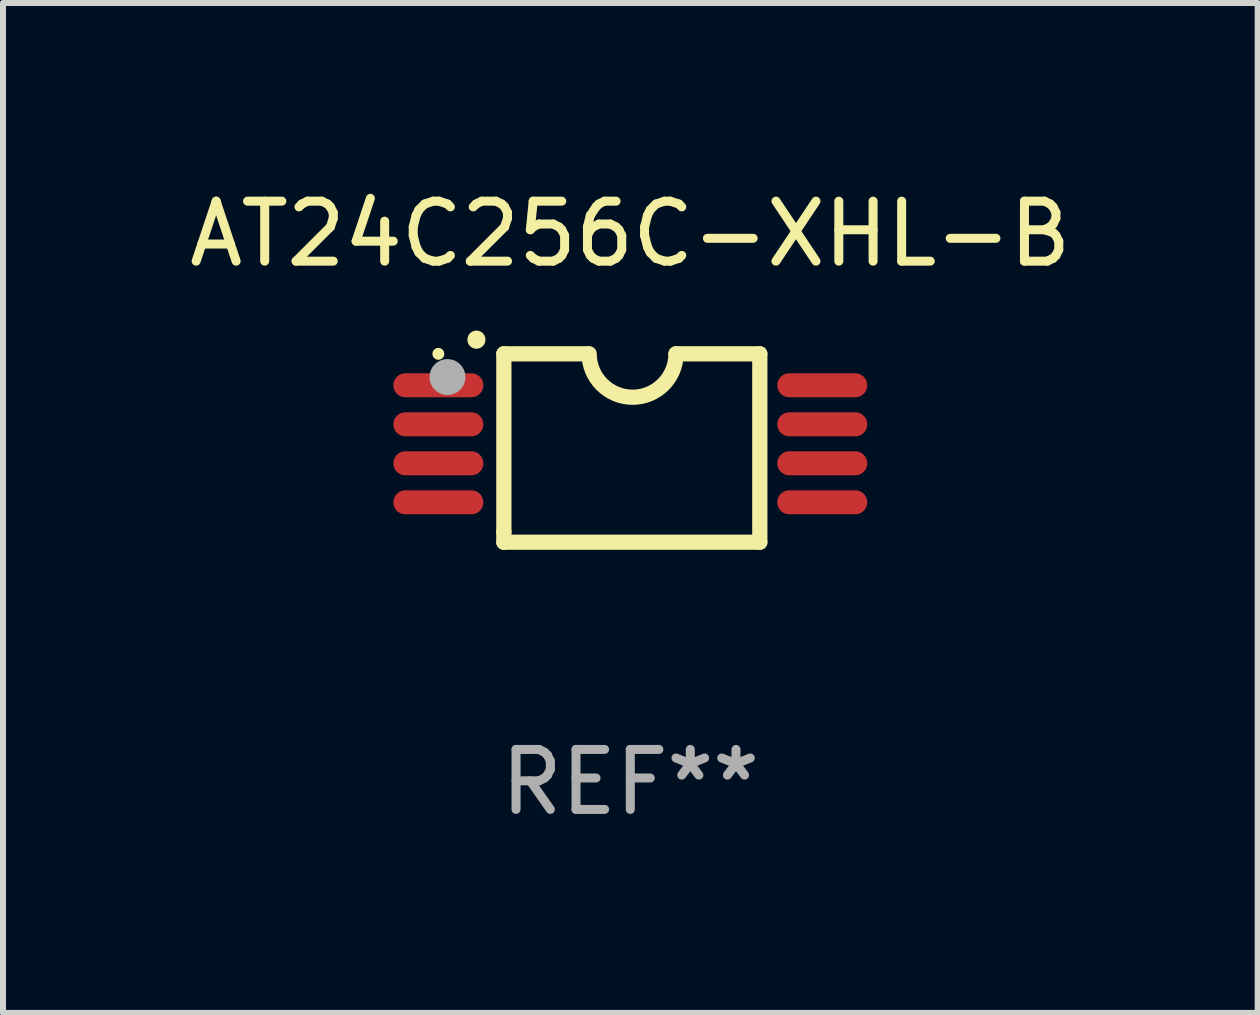
<source format=kicad_pcb>
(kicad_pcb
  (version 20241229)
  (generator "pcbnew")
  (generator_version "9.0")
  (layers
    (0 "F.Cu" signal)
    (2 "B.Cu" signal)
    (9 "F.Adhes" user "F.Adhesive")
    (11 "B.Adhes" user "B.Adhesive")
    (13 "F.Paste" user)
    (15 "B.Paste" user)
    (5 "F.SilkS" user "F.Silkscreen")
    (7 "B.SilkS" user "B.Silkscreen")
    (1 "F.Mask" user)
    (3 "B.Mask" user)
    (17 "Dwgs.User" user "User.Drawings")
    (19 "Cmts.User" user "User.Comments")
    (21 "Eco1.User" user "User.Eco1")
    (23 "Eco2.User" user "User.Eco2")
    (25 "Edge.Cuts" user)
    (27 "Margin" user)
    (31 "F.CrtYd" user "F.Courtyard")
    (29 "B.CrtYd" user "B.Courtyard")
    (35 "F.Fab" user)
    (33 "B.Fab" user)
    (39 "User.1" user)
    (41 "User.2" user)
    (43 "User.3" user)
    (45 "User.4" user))
  (footprint "AT24C256C-XHL-B"
    (layer "F.Cu")
    (at 7.458 4.419)
    (property "Reference" "AT24C256C-XHL-B" (at 0 -3.57 0) (layer "F.SilkS") (effects (font (size 1 1) (thickness 0.15))))
    (attr through_hole)
    (fp_line (start -2.108 -1.57) (end -0.711 -1.57) (stroke (width 0.254) (type solid)) (layer "F.SilkS"))
    (fp_line (start -2.108 -1.57) (end -2.108 1.393) (stroke (width 0.254) (type solid)) (layer "F.SilkS"))
    (fp_line (start -2.108 1.393) (end -2.108 1.57) (stroke (width 0.254) (type solid)) (layer "F.SilkS"))
    (fp_line (start -2.108 1.57) (end 2.159 1.57) (stroke (width 0.254) (type solid)) (layer "F.SilkS"))
    (fp_line (start 0.762 -1.57) (end 2.159 -1.57) (stroke (width 0.254) (type solid)) (layer "F.SilkS"))
    (fp_line (start 2.159 1.57) (end 2.159 -1.57) (stroke (width 0.254) (type solid)) (layer "F.SilkS"))
    (fp_arc (start -2.565405 -1.805169) (mid -2.56541 -1.806439) (end -2.565405 -1.807709) (stroke (width 0.3) (type solid)) (layer "F.SilkS"))
    (fp_arc (start 0.762002 -1.570498) (mid 0.0381 -0.846596) (end -0.685802 -1.570498) (stroke (width 0.254001) (type solid)) (layer "F.SilkS"))
    (fp_circle (center -3.2 -1.57) (end -3.15 -1.57) (stroke (width 0.1) (type solid)) (fill no) (layer "F.SilkS"))
    (fp_circle (center -3.048 -1.183) (end -2.898 -1.183) (stroke (width 0.3) (type solid)) (fill no) (layer "F.Fab"))
    (fp_text user "REF**" (at 0 5.57 0) (layer "F.Fab") (effects (font (size 1 1) (thickness 0.15))))
    (pad "1" smd oval (at -3.2 -1.046 90) (size 0.4 1.5) (layers "F.Cu" "F.Mask" "F.Paste"))
    (pad "2" smd oval (at -3.2 -0.395 90) (size 0.4 1.5) (layers "F.Cu" "F.Mask" "F.Paste"))
    (pad "3" smd oval (at -3.2 0.255 90) (size 0.4 1.5) (layers "F.Cu" "F.Mask" "F.Paste"))
    (pad "4" smd oval (at -3.2 0.905 90) (size 0.4 1.5) (layers "F.Cu" "F.Mask" "F.Paste"))
    (pad "5" smd oval (at 3.2 0.905 90) (size 0.4 1.5) (layers "F.Cu" "F.Mask" "F.Paste"))
    (pad "6" smd oval (at 3.2 0.255 90) (size 0.4 1.5) (layers "F.Cu" "F.Mask" "F.Paste"))
    (pad "7" smd oval (at 3.2 -0.395 90) (size 0.4 1.5) (layers "F.Cu" "F.Mask" "F.Paste"))
    (pad "8" smd oval (at 3.2 -1.046 90) (size 0.4 1.5) (layers "F.Cu" "F.Mask" "F.Paste")))
  (gr_rect
    (start -3 -3)
    (end 17.917 13.837)
    (stroke (width 0.1) (type default))
    (fill no)
    (layer "Edge.Cuts")))
</source>
